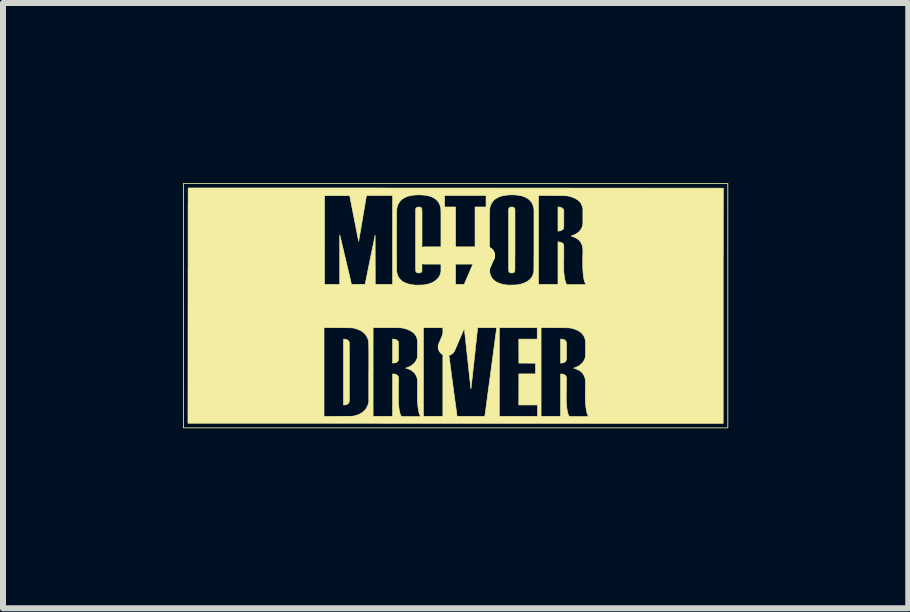
<source format=kicad_pcb>
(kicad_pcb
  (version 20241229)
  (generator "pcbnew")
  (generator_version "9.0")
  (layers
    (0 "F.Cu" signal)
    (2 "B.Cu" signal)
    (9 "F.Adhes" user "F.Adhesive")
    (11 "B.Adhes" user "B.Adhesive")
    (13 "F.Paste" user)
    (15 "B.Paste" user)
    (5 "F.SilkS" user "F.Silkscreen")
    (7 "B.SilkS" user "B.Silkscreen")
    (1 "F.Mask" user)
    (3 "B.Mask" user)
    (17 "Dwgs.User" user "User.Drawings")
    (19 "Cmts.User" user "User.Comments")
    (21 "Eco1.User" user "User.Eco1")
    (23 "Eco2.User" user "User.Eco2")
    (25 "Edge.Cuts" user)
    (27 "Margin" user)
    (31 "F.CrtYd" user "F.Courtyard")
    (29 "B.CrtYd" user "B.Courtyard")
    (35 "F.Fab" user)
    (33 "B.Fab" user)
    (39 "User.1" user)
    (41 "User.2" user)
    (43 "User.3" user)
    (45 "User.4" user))
  (footprint "7"
    (layer "F.Cu")
    (at 4.541 2.042)
    (property "Reference" "7" (at 0 0 0) (layer "F.SilkS") (effects (font (size 1.524 1.524) (thickness 0.3))))
    (attr through_hole)
    (fp_poly (pts (xy 4.539 2.039) (xy -4.536 2.039) (xy -4.536 -2.034) (xy -4.533 -2.034) (xy -4.533 2.037) (xy 4.536 2.037) (xy 4.536 -2.034) (xy -4.533 -2.034) (xy -4.536 -2.034) (xy -4.536 -2.037) (xy 4.539 -2.037) (xy 4.539 2.039)) (stroke (width 0.01) (type solid)) (fill yes) (layer "F.SilkS"))
    (fp_poly (pts (xy 1.77 0.559) (xy 1.791 0.562) (xy 1.809 0.568) (xy 1.823 0.576) (xy 1.834 0.588) (xy 1.84 0.598) (xy 1.848 0.613) (xy 1.848 0.903) (xy 1.84 0.918) (xy 1.831 0.932) (xy 1.82 0.942) (xy 1.805 0.95) (xy 1.787 0.955) (xy 1.768 0.957) (xy 1.75 0.959) (xy 1.75 0.558) (xy 1.77 0.559)) (stroke (width 0.01) (type solid)) (fill yes) (layer "F.SilkS"))
    (fp_poly (pts (xy -1.831 0.561) (xy -1.813 0.567) (xy -1.797 0.576) (xy -1.784 0.588) (xy -1.777 0.598) (xy -1.771 0.608) (xy -1.77 1.597) (xy -1.775 1.611) (xy -1.783 1.625) (xy -1.795 1.638) (xy -1.809 1.647) (xy -1.815 1.65) (xy -1.824 1.652) (xy -1.835 1.654) (xy -1.847 1.655) (xy -1.847 1.655) (xy -1.867 1.657) (xy -1.867 0.559) (xy -1.852 0.559) (xy -1.831 0.561)) (stroke (width 0.01) (type solid)) (fill yes) (layer "F.SilkS"))
    (fp_poly (pts (xy 1.724 -1.642) (xy 1.747 -1.638) (xy 1.765 -1.632) (xy 1.78 -1.623) (xy 1.792 -1.611) (xy 1.798 -1.602) (xy 1.804 -1.589) (xy 1.804 -1.444) (xy 1.804 -1.411) (xy 1.804 -1.384) (xy 1.804 -1.36) (xy 1.804 -1.34) (xy 1.804 -1.324) (xy 1.803 -1.311) (xy 1.802 -1.3) (xy 1.801 -1.292) (xy 1.799 -1.285) (xy 1.797 -1.28) (xy 1.795 -1.276) (xy 1.792 -1.272) (xy 1.788 -1.269) (xy 1.784 -1.265) (xy 1.783 -1.264) (xy 1.769 -1.254) (xy 1.754 -1.248) (xy 1.735 -1.244) (xy 1.725 -1.243) (xy 1.707 -1.241) (xy 1.707 -1.644) (xy 1.724 -1.642)) (stroke (width 0.01) (type solid)) (fill yes) (layer "F.SilkS"))
    (fp_poly (pts (xy -1.028 0.559) (xy -1.005 0.563) (xy -0.986 0.57) (xy -0.971 0.58) (xy -0.959 0.594) (xy -0.957 0.598) (xy -0.956 0.6) (xy -0.955 0.602) (xy -0.954 0.605) (xy -0.953 0.609) (xy -0.953 0.614) (xy -0.952 0.62) (xy -0.952 0.629) (xy -0.951 0.64) (xy -0.951 0.654) (xy -0.951 0.672) (xy -0.951 0.693) (xy -0.951 0.718) (xy -0.951 0.748) (xy -0.951 0.758) (xy -0.951 0.789) (xy -0.951 0.816) (xy -0.951 0.838) (xy -0.951 0.857) (xy -0.951 0.872) (xy -0.952 0.884) (xy -0.952 0.894) (xy -0.952 0.901) (xy -0.953 0.906) (xy -0.954 0.91) (xy -0.954 0.913) (xy -0.955 0.916) (xy -0.956 0.918) (xy -0.957 0.918) (xy -0.966 0.931) (xy -0.978 0.942) (xy -0.991 0.95) (xy -0.995 0.951) (xy -1.004 0.953) (xy -1.015 0.955) (xy -1.027 0.957) (xy -1.028 0.957) (xy -1.049 0.958) (xy -1.049 0.558) (xy -1.028 0.559)) (stroke (width 0.01) (type solid)) (fill yes) (layer "F.SilkS"))
    (fp_poly (pts (xy -0.595 -1.641) (xy -0.582 -1.637) (xy -0.572 -1.631) (xy -0.565 -1.621) (xy -0.564 -1.619) (xy -0.563 -1.618) (xy -0.563 -1.616) (xy -0.562 -1.615) (xy -0.562 -1.612) (xy -0.561 -1.609) (xy -0.561 -1.605) (xy -0.561 -1.6) (xy -0.56 -1.593) (xy -0.56 -1.585) (xy -0.56 -1.575) (xy -0.56 -1.563) (xy -0.559 -1.548) (xy -0.559 -1.531) (xy -0.559 -1.512) (xy -0.559 -1.49) (xy -0.559 -1.464) (xy -0.559 -1.436) (xy -0.559 -1.403) (xy -0.559 -1.368) (xy -0.559 -1.328) (xy -0.559 -1.284) (xy -0.559 -1.236) (xy -0.559 -1.183) (xy -0.559 -1.125) (xy -0.559 -1.089) (xy -0.56 -0.57) (xy -0.566 -0.562) (xy -0.572 -0.555) (xy -0.579 -0.55) (xy -0.58 -0.549) (xy -0.588 -0.547) (xy -0.599 -0.545) (xy -0.611 -0.544) (xy -0.623 -0.544) (xy -0.633 -0.546) (xy -0.636 -0.547) (xy -0.647 -0.552) (xy -0.654 -0.557) (xy -0.658 -0.563) (xy -0.66 -0.567) (xy -0.661 -0.569) (xy -0.662 -0.57) (xy -0.662 -0.572) (xy -0.662 -0.575) (xy -0.663 -0.579) (xy -0.663 -0.584) (xy -0.664 -0.59) (xy -0.664 -0.597) (xy -0.664 -0.607) (xy -0.664 -0.618) (xy -0.664 -0.631) (xy -0.665 -0.647) (xy -0.665 -0.666) (xy -0.665 -0.687) (xy -0.665 -0.711) (xy -0.665 -0.739) (xy -0.665 -0.769) (xy -0.665 -0.804) (xy -0.665 -0.842) (xy -0.665 -0.885) (xy -0.665 -0.931) (xy -0.665 -0.982) (xy -0.665 -1.038) (xy -0.665 -1.091) (xy -0.665 -1.155) (xy -0.665 -1.216) (xy -0.665 -1.272) (xy -0.665 -1.325) (xy -0.665 -1.374) (xy -0.665 -1.418) (xy -0.665 -1.458) (xy -0.665 -1.494) (xy -0.664 -1.525) (xy -0.664 -1.551) (xy -0.664 -1.573) (xy -0.664 -1.59) (xy -0.663 -1.603) (xy -0.663 -1.61) (xy -0.663 -1.613) (xy -0.657 -1.625) (xy -0.649 -1.633) (xy -0.636 -1.639) (xy -0.62 -1.642) (xy -0.612 -1.642) (xy -0.595 -1.641)) (stroke (width 0.01) (type solid)) (fill yes) (layer "F.SilkS"))
    (fp_poly (pts (xy 0.946 -1.642) (xy 0.961 -1.639) (xy 0.974 -1.632) (xy 0.983 -1.623) (xy 0.988 -1.611) (xy 0.989 -1.607) (xy 0.989 -1.604) (xy 0.989 -1.595) (xy 0.99 -1.582) (xy 0.99 -1.565) (xy 0.99 -1.543) (xy 0.99 -1.518) (xy 0.99 -1.489) (xy 0.99 -1.457) (xy 0.99 -1.422) (xy 0.99 -1.383) (xy 0.99 -1.342) (xy 0.99 -1.299) (xy 0.99 -1.254) (xy 0.99 -1.207) (xy 0.99 -1.158) (xy 0.99 -1.108) (xy 0.99 -1.084) (xy 0.99 -1.025) (xy 0.99 -0.969) (xy 0.99 -0.919) (xy 0.99 -0.873) (xy 0.99 -0.831) (xy 0.989 -0.794) (xy 0.989 -0.76) (xy 0.989 -0.729) (xy 0.989 -0.703) (xy 0.989 -0.679) (xy 0.989 -0.658) (xy 0.989 -0.64) (xy 0.989 -0.625) (xy 0.988 -0.612) (xy 0.988 -0.601) (xy 0.988 -0.592) (xy 0.987 -0.585) (xy 0.987 -0.579) (xy 0.987 -0.575) (xy 0.986 -0.571) (xy 0.986 -0.569) (xy 0.985 -0.567) (xy 0.985 -0.566) (xy 0.984 -0.564) (xy 0.984 -0.564) (xy 0.976 -0.555) (xy 0.964 -0.548) (xy 0.949 -0.545) (xy 0.94 -0.544) (xy 0.926 -0.544) (xy 0.915 -0.546) (xy 0.911 -0.547) (xy 0.903 -0.551) (xy 0.897 -0.555) (xy 0.896 -0.555) (xy 0.895 -0.557) (xy 0.893 -0.558) (xy 0.892 -0.559) (xy 0.891 -0.56) (xy 0.89 -0.562) (xy 0.889 -0.565) (xy 0.888 -0.568) (xy 0.888 -0.573) (xy 0.887 -0.579) (xy 0.886 -0.586) (xy 0.886 -0.595) (xy 0.886 -0.607) (xy 0.885 -0.62) (xy 0.885 -0.635) (xy 0.885 -0.654) (xy 0.884 -0.675) (xy 0.884 -0.699) (xy 0.884 -0.726) (xy 0.884 -0.756) (xy 0.884 -0.791) (xy 0.884 -0.828) (xy 0.884 -0.87) (xy 0.884 -0.917) (xy 0.884 -0.967) (xy 0.884 -1.022) (xy 0.884 -1.082) (xy 0.884 -1.093) (xy 0.884 -1.153) (xy 0.884 -1.208) (xy 0.884 -1.259) (xy 0.884 -1.305) (xy 0.884 -1.347) (xy 0.884 -1.385) (xy 0.884 -1.42) (xy 0.884 -1.45) (xy 0.884 -1.477) (xy 0.884 -1.501) (xy 0.884 -1.522) (xy 0.885 -1.541) (xy 0.885 -1.556) (xy 0.885 -1.57) (xy 0.885 -1.581) (xy 0.885 -1.59) (xy 0.886 -1.597) (xy 0.886 -1.603) (xy 0.886 -1.608) (xy 0.887 -1.612) (xy 0.887 -1.615) (xy 0.888 -1.617) (xy 0.888 -1.618) (xy 0.889 -1.62) (xy 0.896 -1.63) (xy 0.907 -1.637) (xy 0.923 -1.641) (xy 0.929 -1.642) (xy 0.946 -1.642)) (stroke (width 0.01) (type solid)) (fill yes) (layer "F.SilkS"))
    (fp_poly (pts (xy -4.056 -1.96) (xy -3.995 -1.96) (xy -3.93 -1.96) (xy -3.861 -1.96) (xy -3.788 -1.96) (xy -3.712 -1.96) (xy -3.632 -1.96) (xy -3.548 -1.96) (xy -3.461 -1.96) (xy -3.37 -1.96) (xy -3.277 -1.96) (xy -3.18 -1.96) (xy -3.08 -1.96) (xy -2.976 -1.96) (xy -2.87 -1.96) (xy -2.761 -1.96) (xy -2.649 -1.96) (xy -2.535 -1.96) (xy -2.418 -1.96) (xy -2.298 -1.96) (xy -2.176 -1.96) (xy -2.051 -1.96) (xy -1.924 -1.96) (xy -1.795 -1.96) (xy -1.664 -1.96) (xy -1.53 -1.96) (xy -1.395 -1.96) (xy -1.257 -1.96) (xy -1.118 -1.959) (xy -0.977 -1.959) (xy -0.835 -1.959) (xy -0.69 -1.959) (xy -0.545 -1.959) (xy -0.398 -1.959) (xy -0.249 -1.959) (xy -0.099 -1.959) (xy 0.004 -1.959) (xy 4.463 -1.957) (xy 4.461 -1.42) (xy 4.461 -1.384) (xy 4.461 -1.343) (xy 4.461 -1.297) (xy 4.461 -1.247) (xy 4.461 -1.193) (xy 4.461 -1.135) (xy 4.461 -1.073) (xy 4.461 -1.008) (xy 4.461 -0.939) (xy 4.461 -0.867) (xy 4.46 -0.793) (xy 4.46 -0.715) (xy 4.46 -0.636) (xy 4.46 -0.554) (xy 4.46 -0.471) (xy 4.46 -0.385) (xy 4.46 -0.299) (xy 4.46 -0.211) (xy 4.46 -0.122) (xy 4.46 -0.032) (xy 4.46 0.059) (xy 4.46 0.149) (xy 4.46 0.24) (xy 4.46 0.331) (xy 4.46 0.421) (xy 4.46 0.511) (xy 4.46 1.963) (xy 2.496 1.963) (xy 2.395 1.963) (xy 2.29 1.963) (xy 2.18 1.962) (xy 2.066 1.962) (xy 1.948 1.962) (xy 1.826 1.962) (xy 1.701 1.962) (xy 1.572 1.962) (xy 1.44 1.962) (xy 1.306 1.962) (xy 1.169 1.962) (xy 1.029 1.962) (xy 0.888 1.962) (xy 0.745 1.962) (xy 0.601 1.962) (xy 0.455 1.962) (xy 0.309 1.962) (xy 0.161 1.962) (xy 0.014 1.962) (xy -0.134 1.962) (xy -0.282 1.962) (xy -0.429 1.962) (xy -0.576 1.962) (xy -0.722 1.962) (xy -0.867 1.962) (xy -1.01 1.962) (xy -1.152 1.962) (xy -1.291 1.961) (xy -1.429 1.961) (xy -1.564 1.961) (xy -1.697 1.961) (xy -1.827 1.961) (xy -1.953 1.961) (xy -1.964 1.961) (xy -4.459 1.961) (xy -4.459 1.847) (xy -2.192 1.847) (xy -1.954 1.846) (xy -1.914 1.846) (xy -1.878 1.845) (xy -1.847 1.845) (xy -1.82 1.845) (xy -1.797 1.845) (xy -1.777 1.845) (xy -1.761 1.845) (xy -1.747 1.844) (xy -1.735 1.844) (xy -1.726 1.844) (xy -1.718 1.843) (xy -1.711 1.843) (xy -1.706 1.842) (xy -1.702 1.841) (xy -1.697 1.841) (xy -1.693 1.84) (xy -1.691 1.839) (xy -1.65 1.828) (xy -1.612 1.814) (xy -1.578 1.796) (xy -1.547 1.776) (xy -1.52 1.753) (xy -1.498 1.727) (xy -1.496 1.725) (xy -1.484 1.706) (xy -1.472 1.683) (xy -1.461 1.659) (xy -1.454 1.635) (xy -1.453 1.634) (xy -1.446 1.609) (xy -1.446 1.121) (xy -1.445 1.061) (xy -1.445 1.006) (xy -1.445 0.956) (xy -1.445 0.91) (xy -1.445 0.868) (xy -1.445 0.83) (xy -1.445 0.796) (xy -1.445 0.765) (xy -1.446 0.738) (xy -1.446 0.713) (xy -1.446 0.692) (xy -1.446 0.673) (xy -1.447 0.657) (xy -1.447 0.643) (xy -1.447 0.63) (xy -1.448 0.62) (xy -1.449 0.611) (xy -1.449 0.603) (xy -1.45 0.596) (xy -1.451 0.59) (xy -1.452 0.585) (xy -1.453 0.58) (xy -1.454 0.576) (xy -1.456 0.571) (xy -1.457 0.567) (xy -1.469 0.535) (xy -1.485 0.505) (xy -1.506 0.478) (xy -1.53 0.453) (xy -1.559 0.431) (xy -1.592 0.412) (xy -1.629 0.396) (xy -1.67 0.382) (xy -1.696 0.375) (xy -1.7 0.375) (xy -1.704 0.374) (xy -1.709 0.373) (xy -1.714 0.372) (xy -1.719 0.372) (xy -1.726 0.371) (xy -1.735 0.371) (xy -1.745 0.371) (xy -1.758 0.37) (xy -1.773 0.37) (xy -1.791 0.37) (xy -1.813 0.37) (xy -1.837 0.369) (xy -1.866 0.369) (xy -1.899 0.369) (xy -1.937 0.369) (xy -1.956 0.369) (xy -2.133 0.368) (xy -1.374 0.368) (xy -1.374 1.846) (xy -1.049 1.846) (xy -1.048 1.139) (xy -1.031 1.14) (xy -1.009 1.143) (xy -0.99 1.149) (xy -0.975 1.159) (xy -0.969 1.164) (xy -0.965 1.168) (xy -0.961 1.172) (xy -0.958 1.176) (xy -0.956 1.18) (xy -0.954 1.185) (xy -0.953 1.192) (xy -0.951 1.2) (xy -0.951 1.21) (xy -0.95 1.223) (xy -0.95 1.239) (xy -0.95 1.258) (xy -0.95 1.281) (xy -0.951 1.308) (xy -0.951 1.34) (xy -0.951 1.343) (xy -0.952 1.388) (xy -0.952 1.428) (xy -0.953 1.463) (xy -0.953 1.495) (xy -0.953 1.523) (xy -0.952 1.549) (xy -0.952 1.571) (xy -0.952 1.592) (xy -0.951 1.611) (xy -0.95 1.628) (xy -0.95 1.634) (xy -0.946 1.678) (xy -0.942 1.716) (xy -0.937 1.75) (xy -0.93 1.78) (xy -0.923 1.805) (xy -0.915 1.826) (xy -0.907 1.839) (xy -0.902 1.849) (xy -0.578 1.849) (xy -0.585 1.84) (xy -0.594 1.826) (xy -0.602 1.807) (xy -0.609 1.783) (xy -0.616 1.755) (xy -0.621 1.723) (xy -0.626 1.686) (xy -0.63 1.647) (xy -0.631 1.627) (xy -0.633 1.602) (xy -0.634 1.574) (xy -0.634 1.544) (xy -0.635 1.513) (xy -0.635 1.482) (xy -0.635 1.451) (xy -0.635 1.422) (xy -0.635 1.396) (xy -0.634 1.387) (xy -0.633 1.347) (xy -0.633 1.312) (xy -0.633 1.282) (xy -0.634 1.257) (xy -0.636 1.236) (xy -0.638 1.219) (xy -0.64 1.212) (xy -0.65 1.18) (xy -0.665 1.151) (xy -0.684 1.125) (xy -0.707 1.102) (xy -0.733 1.082) (xy -0.738 1.079) (xy -0.753 1.071) (xy -0.772 1.062) (xy -0.792 1.054) (xy -0.811 1.048) (xy -0.819 1.046) (xy -0.832 1.042) (xy -0.808 1.034) (xy -0.771 1.019) (xy -0.739 1.002) (xy -0.711 0.982) (xy -0.687 0.959) (xy -0.667 0.933) (xy -0.651 0.906) (xy -0.648 0.898) (xy -0.645 0.89) (xy -0.642 0.883) (xy -0.64 0.876) (xy -0.638 0.869) (xy -0.637 0.86) (xy -0.636 0.85) (xy -0.635 0.837) (xy -0.634 0.822) (xy -0.634 0.805) (xy -0.634 0.783) (xy -0.634 0.758) (xy -0.634 0.729) (xy -0.634 0.716) (xy -0.634 0.686) (xy -0.634 0.66) (xy -0.634 0.639) (xy -0.634 0.621) (xy -0.634 0.607) (xy -0.635 0.595) (xy -0.635 0.586) (xy -0.636 0.579) (xy -0.636 0.573) (xy -0.637 0.568) (xy -0.638 0.564) (xy -0.638 0.563) (xy -0.648 0.531) (xy -0.661 0.503) (xy -0.678 0.479) (xy -0.698 0.457) (xy -0.722 0.438) (xy -0.724 0.437) (xy -0.761 0.415) (xy -0.801 0.397) (xy -0.844 0.383) (xy -0.889 0.374) (xy -0.909 0.371) (xy -0.916 0.37) (xy -0.928 0.37) (xy -0.944 0.37) (xy -0.965 0.369) (xy -0.99 0.369) (xy -1.019 0.369) (xy -1.052 0.368) (xy -1.089 0.368) (xy -1.13 0.368) (xy -1.152 0.368) (xy -0.536 0.368) (xy -0.536 1.846) (xy -0.211 1.846) (xy -0.211 0.368) (xy -0.173 0.368) (xy -0.171 0.377) (xy -0.171 0.38) (xy -0.17 0.388) (xy -0.168 0.4) (xy -0.166 0.417) (xy -0.163 0.439) (xy -0.16 0.464) (xy -0.156 0.493) (xy -0.151 0.526) (xy -0.146 0.562) (xy -0.141 0.601) (xy -0.135 0.644) (xy -0.129 0.689) (xy -0.123 0.737) (xy -0.116 0.787) (xy -0.109 0.84) (xy -0.102 0.894) (xy -0.094 0.95) (xy -0.087 1.008) (xy -0.079 1.067) (xy -0.074 1.106) (xy -0.066 1.166) (xy -0.058 1.225) (xy -0.05 1.282) (xy -0.043 1.338) (xy -0.035 1.392) (xy -0.029 1.443) (xy -0.022 1.493) (xy -0.016 1.54) (xy -0.01 1.584) (xy -0.004 1.626) (xy 0.001 1.664) (xy 0.006 1.699) (xy 0.01 1.73) (xy 0.014 1.758) (xy 0.017 1.782) (xy 0.02 1.802) (xy 0.022 1.818) (xy 0.023 1.829) (xy 0.024 1.835) (xy 0.024 1.837) (xy 0.026 1.846) (xy 0.487 1.846) (xy 0.489 1.838) (xy 0.489 1.835) (xy 0.49 1.827) (xy 0.492 1.814) (xy 0.494 1.797) (xy 0.497 1.776) (xy 0.501 1.751) (xy 0.505 1.721) (xy 0.509 1.689) (xy 0.514 1.653) (xy 0.519 1.613) (xy 0.525 1.571) (xy 0.531 1.526) (xy 0.537 1.478) (xy 0.544 1.427) (xy 0.551 1.375) (xy 0.558 1.321) (xy 0.566 1.264) (xy 0.574 1.207) (xy 0.582 1.147) (xy 0.587 1.109) (xy 0.595 1.049) (xy 0.603 0.99) (xy 0.61 0.932) (xy 0.618 0.877) (xy 0.625 0.823) (xy 0.632 0.771) (xy 0.638 0.722) (xy 0.645 0.675) (xy 0.651 0.631) (xy 0.656 0.589) (xy 0.661 0.551) (xy 0.666 0.516) (xy 0.67 0.484) (xy 0.674 0.456) (xy 0.677 0.432) (xy 0.68 0.412) (xy 0.682 0.397) (xy 0.684 0.386) (xy 0.684 0.379) (xy 0.685 0.378) (xy 0.686 0.368) (xy 0.729 0.368) (xy 0.729 1.846) (xy 1.366 1.846) (xy 1.425 1.846) (xy 1.75 1.846) (xy 1.75 1.139) (xy 1.763 1.14) (xy 1.787 1.143) (xy 1.806 1.148) (xy 1.821 1.157) (xy 1.833 1.168) (xy 1.835 1.17) (xy 1.838 1.174) (xy 1.84 1.178) (xy 1.842 1.181) (xy 1.844 1.186) (xy 1.846 1.192) (xy 1.847 1.199) (xy 1.847 1.208) (xy 1.848 1.219) (xy 1.848 1.233) (xy 1.848 1.249) (xy 1.848 1.269) (xy 1.848 1.293) (xy 1.848 1.321) (xy 1.847 1.353) (xy 1.846 1.378) (xy 1.846 1.416) (xy 1.845 1.451) (xy 1.845 1.48) (xy 1.845 1.507) (xy 1.845 1.53) (xy 1.845 1.55) (xy 1.845 1.568) (xy 1.845 1.584) (xy 1.846 1.599) (xy 1.846 1.603) (xy 1.849 1.646) (xy 1.852 1.684) (xy 1.856 1.718) (xy 1.861 1.749) (xy 1.866 1.775) (xy 1.872 1.798) (xy 1.88 1.818) (xy 1.886 1.832) (xy 1.895 1.849) (xy 2.22 1.849) (xy 2.212 1.839) (xy 2.203 1.825) (xy 2.195 1.806) (xy 2.188 1.783) (xy 2.182 1.754) (xy 2.176 1.722) (xy 2.171 1.685) (xy 2.168 1.644) (xy 2.165 1.599) (xy 2.163 1.551) (xy 2.162 1.499) (xy 2.162 1.443) (xy 2.163 1.384) (xy 2.163 1.378) (xy 2.164 1.348) (xy 2.165 1.322) (xy 2.165 1.3) (xy 2.165 1.282) (xy 2.165 1.266) (xy 2.164 1.253) (xy 2.163 1.241) (xy 2.162 1.231) (xy 2.16 1.221) (xy 2.157 1.211) (xy 2.155 1.201) (xy 2.143 1.171) (xy 2.129 1.144) (xy 2.11 1.119) (xy 2.087 1.098) (xy 2.06 1.08) (xy 2.029 1.064) (xy 1.998 1.052) (xy 1.968 1.042) (xy 1.988 1.035) (xy 2.025 1.02) (xy 2.058 1.002) (xy 2.087 0.981) (xy 2.111 0.958) (xy 2.131 0.932) (xy 2.147 0.904) (xy 2.159 0.873) (xy 2.159 0.87) (xy 2.161 0.865) (xy 2.162 0.861) (xy 2.163 0.856) (xy 2.163 0.85) (xy 2.164 0.844) (xy 2.164 0.835) (xy 2.165 0.824) (xy 2.165 0.811) (xy 2.165 0.794) (xy 2.165 0.774) (xy 2.165 0.75) (xy 2.165 0.721) (xy 2.165 0.717) (xy 2.165 0.688) (xy 2.165 0.663) (xy 2.165 0.643) (xy 2.165 0.626) (xy 2.165 0.612) (xy 2.164 0.601) (xy 2.164 0.592) (xy 2.163 0.585) (xy 2.163 0.579) (xy 2.162 0.574) (xy 2.161 0.569) (xy 2.16 0.564) (xy 2.159 0.563) (xy 2.15 0.532) (xy 2.137 0.504) (xy 2.12 0.48) (xy 2.104 0.461) (xy 2.084 0.445) (xy 2.06 0.428) (xy 2.033 0.413) (xy 2.004 0.4) (xy 1.974 0.389) (xy 1.959 0.385) (xy 1.95 0.382) (xy 1.942 0.38) (xy 1.935 0.378) (xy 1.928 0.377) (xy 1.921 0.375) (xy 1.913 0.374) (xy 1.904 0.373) (xy 1.895 0.372) (xy 1.883 0.371) (xy 1.87 0.371) (xy 1.854 0.37) (xy 1.836 0.37) (xy 1.815 0.37) (xy 1.79 0.37) (xy 1.762 0.369) (xy 1.729 0.369) (xy 1.692 0.369) (xy 1.66 0.369) (xy 1.425 0.368) (xy 1.425 1.846) (xy 1.366 1.846) (xy 1.366 1.656) (xy 1.054 1.656) (xy 1.055 1.139) (xy 1.194 1.138) (xy 1.333 1.138) (xy 1.333 0.96) (xy 1.194 0.959) (xy 1.055 0.959) (xy 1.054 0.559) (xy 1.361 0.559) (xy 1.361 0.368) (xy 0.729 0.368) (xy 0.686 0.368) (xy 0.369 0.368) (xy 0.368 0.377) (xy 0.367 0.38) (xy 0.366 0.388) (xy 0.365 0.401) (xy 0.363 0.418) (xy 0.361 0.439) (xy 0.358 0.464) (xy 0.355 0.492) (xy 0.352 0.524) (xy 0.348 0.559) (xy 0.344 0.597) (xy 0.339 0.637) (xy 0.335 0.68) (xy 0.33 0.724) (xy 0.325 0.771) (xy 0.32 0.82) (xy 0.314 0.869) (xy 0.312 0.888) (xy 0.307 0.938) (xy 0.301 0.987) (xy 0.296 1.034) (xy 0.291 1.079) (xy 0.287 1.122) (xy 0.282 1.162) (xy 0.278 1.2) (xy 0.274 1.236) (xy 0.27 1.268) (xy 0.267 1.297) (xy 0.264 1.322) (xy 0.262 1.343) (xy 0.26 1.361) (xy 0.258 1.374) (xy 0.257 1.383) (xy 0.256 1.387) (xy 0.256 1.387) (xy 0.256 1.384) (xy 0.255 1.377) (xy 0.253 1.364) (xy 0.251 1.348) (xy 0.249 1.327) (xy 0.246 1.303) (xy 0.243 1.274) (xy 0.24 1.243) (xy 0.236 1.208) (xy 0.232 1.171) (xy 0.227 1.131) (xy 0.223 1.088) (xy 0.218 1.044) (xy 0.213 0.997) (xy 0.208 0.949) (xy 0.202 0.9) (xy 0.201 0.884) (xy 0.195 0.834) (xy 0.19 0.785) (xy 0.185 0.738) (xy 0.18 0.693) (xy 0.175 0.649) (xy 0.171 0.608) (xy 0.167 0.57) (xy 0.163 0.534) (xy 0.159 0.501) (xy 0.156 0.472) (xy 0.153 0.446) (xy 0.151 0.424) (xy 0.149 0.405) (xy 0.147 0.391) (xy 0.146 0.382) (xy 0.146 0.377) (xy 0.146 0.377) (xy 0.144 0.368) (xy -0.173 0.368) (xy -0.211 0.368) (xy -0.536 0.368) (xy -1.152 0.368) (xy -1.374 0.368) (xy -2.133 0.368) (xy -2.192 0.368) (xy -2.192 1.847) (xy -4.459 1.847) (xy -4.458 0.001) (xy -4.458 -0.099) (xy -4.458 -0.197) (xy -4.458 -0.294) (xy -4.458 -0.353) (xy -2.184 -0.353) (xy -1.93 -0.353) (xy -1.93 -0.766) (xy -1.93 -0.812) (xy -1.93 -0.855) (xy -1.93 -0.898) (xy -1.93 -0.938) (xy -1.93 -0.976) (xy -1.93 -1.012) (xy -1.93 -1.045) (xy -1.93 -1.075) (xy -1.93 -1.102) (xy -1.93 -1.125) (xy -1.93 -1.144) (xy -1.929 -1.159) (xy -1.929 -1.17) (xy -1.929 -1.177) (xy -1.929 -1.178) (xy -1.928 -1.176) (xy -1.927 -1.168) (xy -1.924 -1.157) (xy -1.92 -1.141) (xy -1.915 -1.122) (xy -1.91 -1.099) (xy -1.904 -1.072) (xy -1.897 -1.043) (xy -1.889 -1.011) (xy -1.881 -0.977) (xy -1.872 -0.94) (xy -1.863 -0.902) (xy -1.854 -0.862) (xy -1.844 -0.821) (xy -1.834 -0.779) (xy -1.824 -0.736) (xy -1.814 -0.692) (xy -1.803 -0.649) (xy -1.793 -0.606) (xy -1.783 -0.563) (xy -1.773 -0.52) (xy -1.763 -0.479) (xy -1.754 -0.439) (xy -1.745 -0.4) (xy -1.737 -0.365) (xy -1.734 -0.353) (xy -1.621 -0.354) (xy -1.507 -0.354) (xy -1.424 -0.764) (xy -1.34 -1.173) (xy -1.339 -0.763) (xy -1.338 -0.353) (xy -1.049 -0.353) (xy -1.049 -1.074) (xy -0.983 -1.074) (xy -0.983 -1.029) (xy -0.983 -0.985) (xy -0.983 -0.941) (xy -0.983 -0.898) (xy -0.983 -0.856) (xy -0.983 -0.816) (xy -0.982 -0.778) (xy -0.982 -0.742) (xy -0.982 -0.709) (xy -0.982 -0.678) (xy -0.982 -0.65) (xy -0.982 -0.626) (xy -0.981 -0.605) (xy -0.981 -0.589) (xy -0.981 -0.576) (xy -0.98 -0.569) (xy -0.98 -0.567) (xy -0.974 -0.531) (xy -0.963 -0.499) (xy -0.948 -0.47) (xy -0.929 -0.444) (xy -0.906 -0.42) (xy -0.882 -0.401) (xy -0.854 -0.385) (xy -0.822 -0.372) (xy -0.785 -0.36) (xy -0.745 -0.351) (xy -0.7 -0.344) (xy -0.673 -0.342) (xy -0.663 -0.341) (xy -0.649 -0.341) (xy -0.632 -0.341) (xy -0.612 -0.341) (xy -0.593 -0.342) (xy -0.573 -0.343) (xy -0.554 -0.343) (xy -0.538 -0.344) (xy -0.525 -0.345) (xy -0.517 -0.346) (xy -0.473 -0.355) (xy -0.432 -0.366) (xy -0.395 -0.38) (xy -0.362 -0.397) (xy -0.332 -0.417) (xy -0.308 -0.438) (xy -0.288 -0.461) (xy -0.271 -0.486) (xy -0.258 -0.513) (xy -0.249 -0.541) (xy -0.243 -0.565) (xy -0.243 -1.087) (xy -0.243 -1.148) (xy -0.243 -1.204) (xy -0.243 -1.255) (xy -0.243 -1.302) (xy -0.243 -1.344) (xy -0.243 -1.383) (xy -0.243 -1.417) (xy -0.243 -1.448) (xy -0.243 -1.476) (xy -0.243 -1.501) (xy -0.243 -1.522) (xy -0.243 -1.541) (xy -0.243 -1.557) (xy -0.244 -1.572) (xy -0.244 -1.583) (xy -0.244 -1.593) (xy -0.244 -1.602) (xy -0.245 -1.609) (xy -0.245 -1.614) (xy -0.245 -1.619) (xy -0.246 -1.623) (xy -0.246 -1.626) (xy -0.247 -1.629) (xy -0.247 -1.63) (xy -0.256 -1.663) (xy -0.267 -1.691) (xy -0.28 -1.717) (xy -0.297 -1.74) (xy -0.317 -1.76) (xy -0.342 -1.781) (xy -0.372 -1.799) (xy -0.404 -1.814) (xy -0.44 -1.826) (xy -0.446 -1.827) (xy -0.477 -1.834) (xy -0.183 -1.834) (xy -0.183 -1.643) (xy 0 -1.643) (xy 0 -0.353) (xy 0.325 -0.353) (xy 0.325 -0.966) (xy 0.566 -0.966) (xy 0.566 -0.915) (xy 0.566 -0.868) (xy 0.566 -0.825) (xy 0.566 -0.786) (xy 0.567 -0.751) (xy 0.567 -0.72) (xy 0.567 -0.692) (xy 0.567 -0.667) (xy 0.567 -0.645) (xy 0.568 -0.626) (xy 0.568 -0.609) (xy 0.568 -0.594) (xy 0.569 -0.582) (xy 0.569 -0.571) (xy 0.57 -0.562) (xy 0.571 -0.554) (xy 0.571 -0.547) (xy 0.572 -0.542) (xy 0.573 -0.537) (xy 0.574 -0.532) (xy 0.575 -0.528) (xy 0.577 -0.524) (xy 0.578 -0.52) (xy 0.579 -0.516) (xy 0.592 -0.485) (xy 0.609 -0.457) (xy 0.629 -0.433) (xy 0.654 -0.411) (xy 0.683 -0.392) (xy 0.717 -0.376) (xy 0.754 -0.363) (xy 0.795 -0.352) (xy 0.84 -0.345) (xy 0.874 -0.342) (xy 0.885 -0.341) (xy 0.901 -0.341) (xy 0.918 -0.341) (xy 0.938 -0.342) (xy 0.958 -0.342) (xy 0.978 -0.343) (xy 0.996 -0.344) (xy 1.012 -0.345) (xy 1.025 -0.346) (xy 1.031 -0.346) (xy 1.065 -0.353) (xy 1.067 -0.353) (xy 1.382 -0.353) (xy 1.707 -0.353) (xy 1.707 -1.062) (xy 1.723 -1.06) (xy 1.744 -1.057) (xy 1.762 -1.052) (xy 1.776 -1.045) (xy 1.787 -1.036) (xy 1.79 -1.033) (xy 1.792 -1.03) (xy 1.795 -1.027) (xy 1.796 -1.025) (xy 1.798 -1.022) (xy 1.8 -1.019) (xy 1.801 -1.015) (xy 1.802 -1.009) (xy 1.803 -1.002) (xy 1.803 -0.994) (xy 1.804 -0.983) (xy 1.804 -0.969) (xy 1.804 -0.954) (xy 1.804 -0.935) (xy 1.804 -0.912) (xy 1.804 -0.887) (xy 1.804 -0.857) (xy 1.804 -0.823) (xy 1.804 -0.785) (xy 1.803 -0.742) (xy 1.803 -0.735) (xy 1.803 -0.699) (xy 1.803 -0.667) (xy 1.803 -0.64) (xy 1.803 -0.616) (xy 1.803 -0.596) (xy 1.804 -0.58) (xy 1.804 -0.566) (xy 1.805 -0.555) (xy 1.805 -0.549) (xy 1.809 -0.513) (xy 1.813 -0.482) (xy 1.817 -0.455) (xy 1.822 -0.431) (xy 1.827 -0.411) (xy 1.832 -0.393) (xy 1.839 -0.377) (xy 1.841 -0.371) (xy 1.852 -0.35) (xy 2.177 -0.35) (xy 2.171 -0.359) (xy 2.161 -0.374) (xy 2.153 -0.392) (xy 2.146 -0.415) (xy 2.139 -0.442) (xy 2.134 -0.473) (xy 2.133 -0.474) (xy 2.129 -0.508) (xy 2.125 -0.548) (xy 2.122 -0.591) (xy 2.12 -0.637) (xy 2.119 -0.687) (xy 2.119 -0.738) (xy 2.119 -0.792) (xy 2.121 -0.837) (xy 2.121 -0.865) (xy 2.122 -0.889) (xy 2.122 -0.91) (xy 2.122 -0.927) (xy 2.121 -0.941) (xy 2.12 -0.954) (xy 2.119 -0.966) (xy 2.117 -0.976) (xy 2.114 -0.987) (xy 2.113 -0.993) (xy 2.102 -1.024) (xy 2.087 -1.053) (xy 2.069 -1.078) (xy 2.046 -1.1) (xy 2.02 -1.119) (xy 1.989 -1.135) (xy 1.955 -1.149) (xy 1.945 -1.151) (xy 1.935 -1.155) (xy 1.929 -1.157) (xy 1.928 -1.159) (xy 1.929 -1.16) (xy 1.954 -1.169) (xy 1.975 -1.178) (xy 1.993 -1.186) (xy 2.009 -1.195) (xy 2.024 -1.204) (xy 2.034 -1.212) (xy 2.06 -1.233) (xy 2.081 -1.257) (xy 2.098 -1.283) (xy 2.11 -1.313) (xy 2.116 -1.333) (xy 2.118 -1.338) (xy 2.119 -1.343) (xy 2.12 -1.348) (xy 2.12 -1.354) (xy 2.121 -1.361) (xy 2.121 -1.37) (xy 2.121 -1.381) (xy 2.122 -1.395) (xy 2.122 -1.412) (xy 2.122 -1.432) (xy 2.122 -1.457) (xy 2.122 -1.486) (xy 2.122 -1.617) (xy 2.115 -1.641) (xy 2.105 -1.671) (xy 2.093 -1.697) (xy 2.078 -1.72) (xy 2.059 -1.74) (xy 2.036 -1.759) (xy 2.009 -1.777) (xy 2.002 -1.781) (xy 1.981 -1.791) (xy 1.957 -1.801) (xy 1.932 -1.81) (xy 1.909 -1.818) (xy 1.905 -1.819) (xy 1.896 -1.821) (xy 1.888 -1.823) (xy 1.88 -1.824) (xy 1.872 -1.826) (xy 1.864 -1.827) (xy 1.855 -1.828) (xy 1.844 -1.829) (xy 1.833 -1.83) (xy 1.82 -1.831) (xy 1.804 -1.831) (xy 1.786 -1.832) (xy 1.765 -1.832) (xy 1.74 -1.832) (xy 1.712 -1.832) (xy 1.68 -1.833) (xy 1.644 -1.833) (xy 1.608 -1.833) (xy 1.382 -1.834) (xy 1.382 -0.353) (xy 1.067 -0.353) (xy 1.096 -0.36) (xy 1.123 -0.368) (xy 1.149 -0.379) (xy 1.174 -0.39) (xy 1.205 -0.409) (xy 1.233 -0.431) (xy 1.256 -0.455) (xy 1.275 -0.481) (xy 1.289 -0.511) (xy 1.3 -0.544) (xy 1.303 -0.557) (xy 1.304 -0.56) (xy 1.304 -0.564) (xy 1.304 -0.57) (xy 1.305 -0.577) (xy 1.305 -0.586) (xy 1.305 -0.597) (xy 1.305 -0.61) (xy 1.306 -0.626) (xy 1.306 -0.644) (xy 1.306 -0.665) (xy 1.306 -0.689) (xy 1.306 -0.717) (xy 1.306 -0.748) (xy 1.306 -0.782) (xy 1.307 -0.821) (xy 1.307 -0.863) (xy 1.307 -0.91) (xy 1.307 -0.961) (xy 1.307 -1.016) (xy 1.307 -1.077) (xy 1.307 -1.606) (xy 1.301 -1.633) (xy 1.293 -1.662) (xy 1.284 -1.687) (xy 1.272 -1.71) (xy 1.265 -1.722) (xy 1.245 -1.747) (xy 1.222 -1.769) (xy 1.196 -1.788) (xy 1.165 -1.805) (xy 1.131 -1.819) (xy 1.093 -1.83) (xy 1.065 -1.836) (xy 1.032 -1.84) (xy 0.997 -1.843) (xy 0.96 -1.845) (xy 0.922 -1.845) (xy 0.885 -1.843) (xy 0.849 -1.84) (xy 0.818 -1.836) (xy 0.775 -1.827) (xy 0.736 -1.815) (xy 0.701 -1.799) (xy 0.67 -1.781) (xy 0.643 -1.759) (xy 0.62 -1.734) (xy 0.601 -1.707) (xy 0.586 -1.676) (xy 0.58 -1.66) (xy 0.579 -1.655) (xy 0.577 -1.65) (xy 0.576 -1.646) (xy 0.575 -1.641) (xy 0.574 -1.636) (xy 0.573 -1.631) (xy 0.572 -1.625) (xy 0.571 -1.618) (xy 0.57 -1.609) (xy 0.569 -1.6) (xy 0.569 -1.588) (xy 0.568 -1.575) (xy 0.568 -1.56) (xy 0.568 -1.542) (xy 0.567 -1.522) (xy 0.567 -1.5) (xy 0.567 -1.474) (xy 0.567 -1.445) (xy 0.567 -1.413) (xy 0.566 -1.377) (xy 0.566 -1.338) (xy 0.566 -1.294) (xy 0.566 -1.246) (xy 0.566 -1.194) (xy 0.566 -1.137) (xy 0.566 -1.083) (xy 0.566 -1.022) (xy 0.566 -0.966) (xy 0.325 -0.966) (xy 0.325 -1.643) (xy 0.508 -1.643) (xy 0.508 -1.834) (xy -0.183 -1.834) (xy -0.477 -1.834) (xy -0.486 -1.835) (xy -0.529 -1.841) (xy -0.574 -1.844) (xy -0.62 -1.845) (xy -0.666 -1.843) (xy -0.71 -1.839) (xy -0.752 -1.832) (xy -0.772 -1.827) (xy -0.811 -1.815) (xy -0.846 -1.8) (xy -0.877 -1.782) (xy -0.904 -1.761) (xy -0.927 -1.736) (xy -0.946 -1.708) (xy -0.962 -1.677) (xy -0.973 -1.643) (xy -0.98 -1.606) (xy -0.98 -1.603) (xy -0.981 -1.598) (xy -0.981 -1.588) (xy -0.981 -1.574) (xy -0.981 -1.555) (xy -0.982 -1.533) (xy -0.982 -1.507) (xy -0.982 -1.478) (xy -0.982 -1.446) (xy -0.982 -1.411) (xy -0.982 -1.374) (xy -0.983 -1.335) (xy -0.983 -1.294) (xy -0.983 -1.252) (xy -0.983 -1.209) (xy -0.983 -1.164) (xy -0.983 -1.119) (xy -0.983 -1.074) (xy -1.049 -1.074) (xy -1.049 -1.834) (xy -1.485 -1.834) (xy -1.549 -1.451) (xy -1.557 -1.408) (xy -1.564 -1.366) (xy -1.571 -1.326) (xy -1.577 -1.288) (xy -1.583 -1.252) (xy -1.589 -1.218) (xy -1.594 -1.188) (xy -1.599 -1.16) (xy -1.603 -1.135) (xy -1.607 -1.115) (xy -1.61 -1.098) (xy -1.612 -1.085) (xy -1.614 -1.076) (xy -1.615 -1.072) (xy -1.615 -1.072) (xy -1.616 -1.075) (xy -1.617 -1.083) (xy -1.62 -1.095) (xy -1.623 -1.111) (xy -1.627 -1.131) (xy -1.631 -1.154) (xy -1.637 -1.181) (xy -1.643 -1.211) (xy -1.649 -1.244) (xy -1.656 -1.28) (xy -1.663 -1.317) (xy -1.671 -1.357) (xy -1.679 -1.398) (xy -1.688 -1.441) (xy -1.69 -1.454) (xy -1.764 -1.832) (xy -2.183 -1.832) (xy -2.184 -0.353) (xy -4.458 -0.353) (xy -4.458 -0.39) (xy -4.458 -0.484) (xy -4.458 -0.576) (xy -4.457 -0.666) (xy -4.457 -0.754) (xy -4.457 -0.841) (xy -4.457 -0.925) (xy -4.457 -1.006) (xy -4.457 -1.085) (xy -4.457 -1.162) (xy -4.457 -1.236) (xy -4.457 -1.307) (xy -4.457 -1.375) (xy -4.457 -1.44) (xy -4.457 -1.501) (xy -4.457 -1.56) (xy -4.457 -1.615) (xy -4.457 -1.666) (xy -4.456 -1.714) (xy -4.456 -1.758) (xy -4.456 -1.797) (xy -4.456 -1.833) (xy -4.456 -1.865) (xy -4.456 -1.892) (xy -4.456 -1.915) (xy -4.456 -1.933) (xy -4.456 -1.947) (xy -4.456 -1.956) (xy -4.456 -1.96) (xy -4.456 -1.96) (xy -4.453 -1.96) (xy -4.446 -1.96) (xy -4.433 -1.96) (xy -4.416 -1.96) (xy -4.394 -1.96) (xy -4.367 -1.96) (xy -4.336 -1.96) (xy -4.3 -1.96) (xy -4.26 -1.96) (xy -4.215 -1.96) (xy -4.166 -1.96) (xy -4.113 -1.96) (xy -4.056 -1.96)) (stroke (width 0.01) (type solid)) (fill yes) (layer "F.SilkS")))
  (gr_rect
    (start -3 -3)
    (end 12.085 7.086)
    (stroke (width 0.1) (type default))
    (fill no)
    (layer "Edge.Cuts")))
</source>
